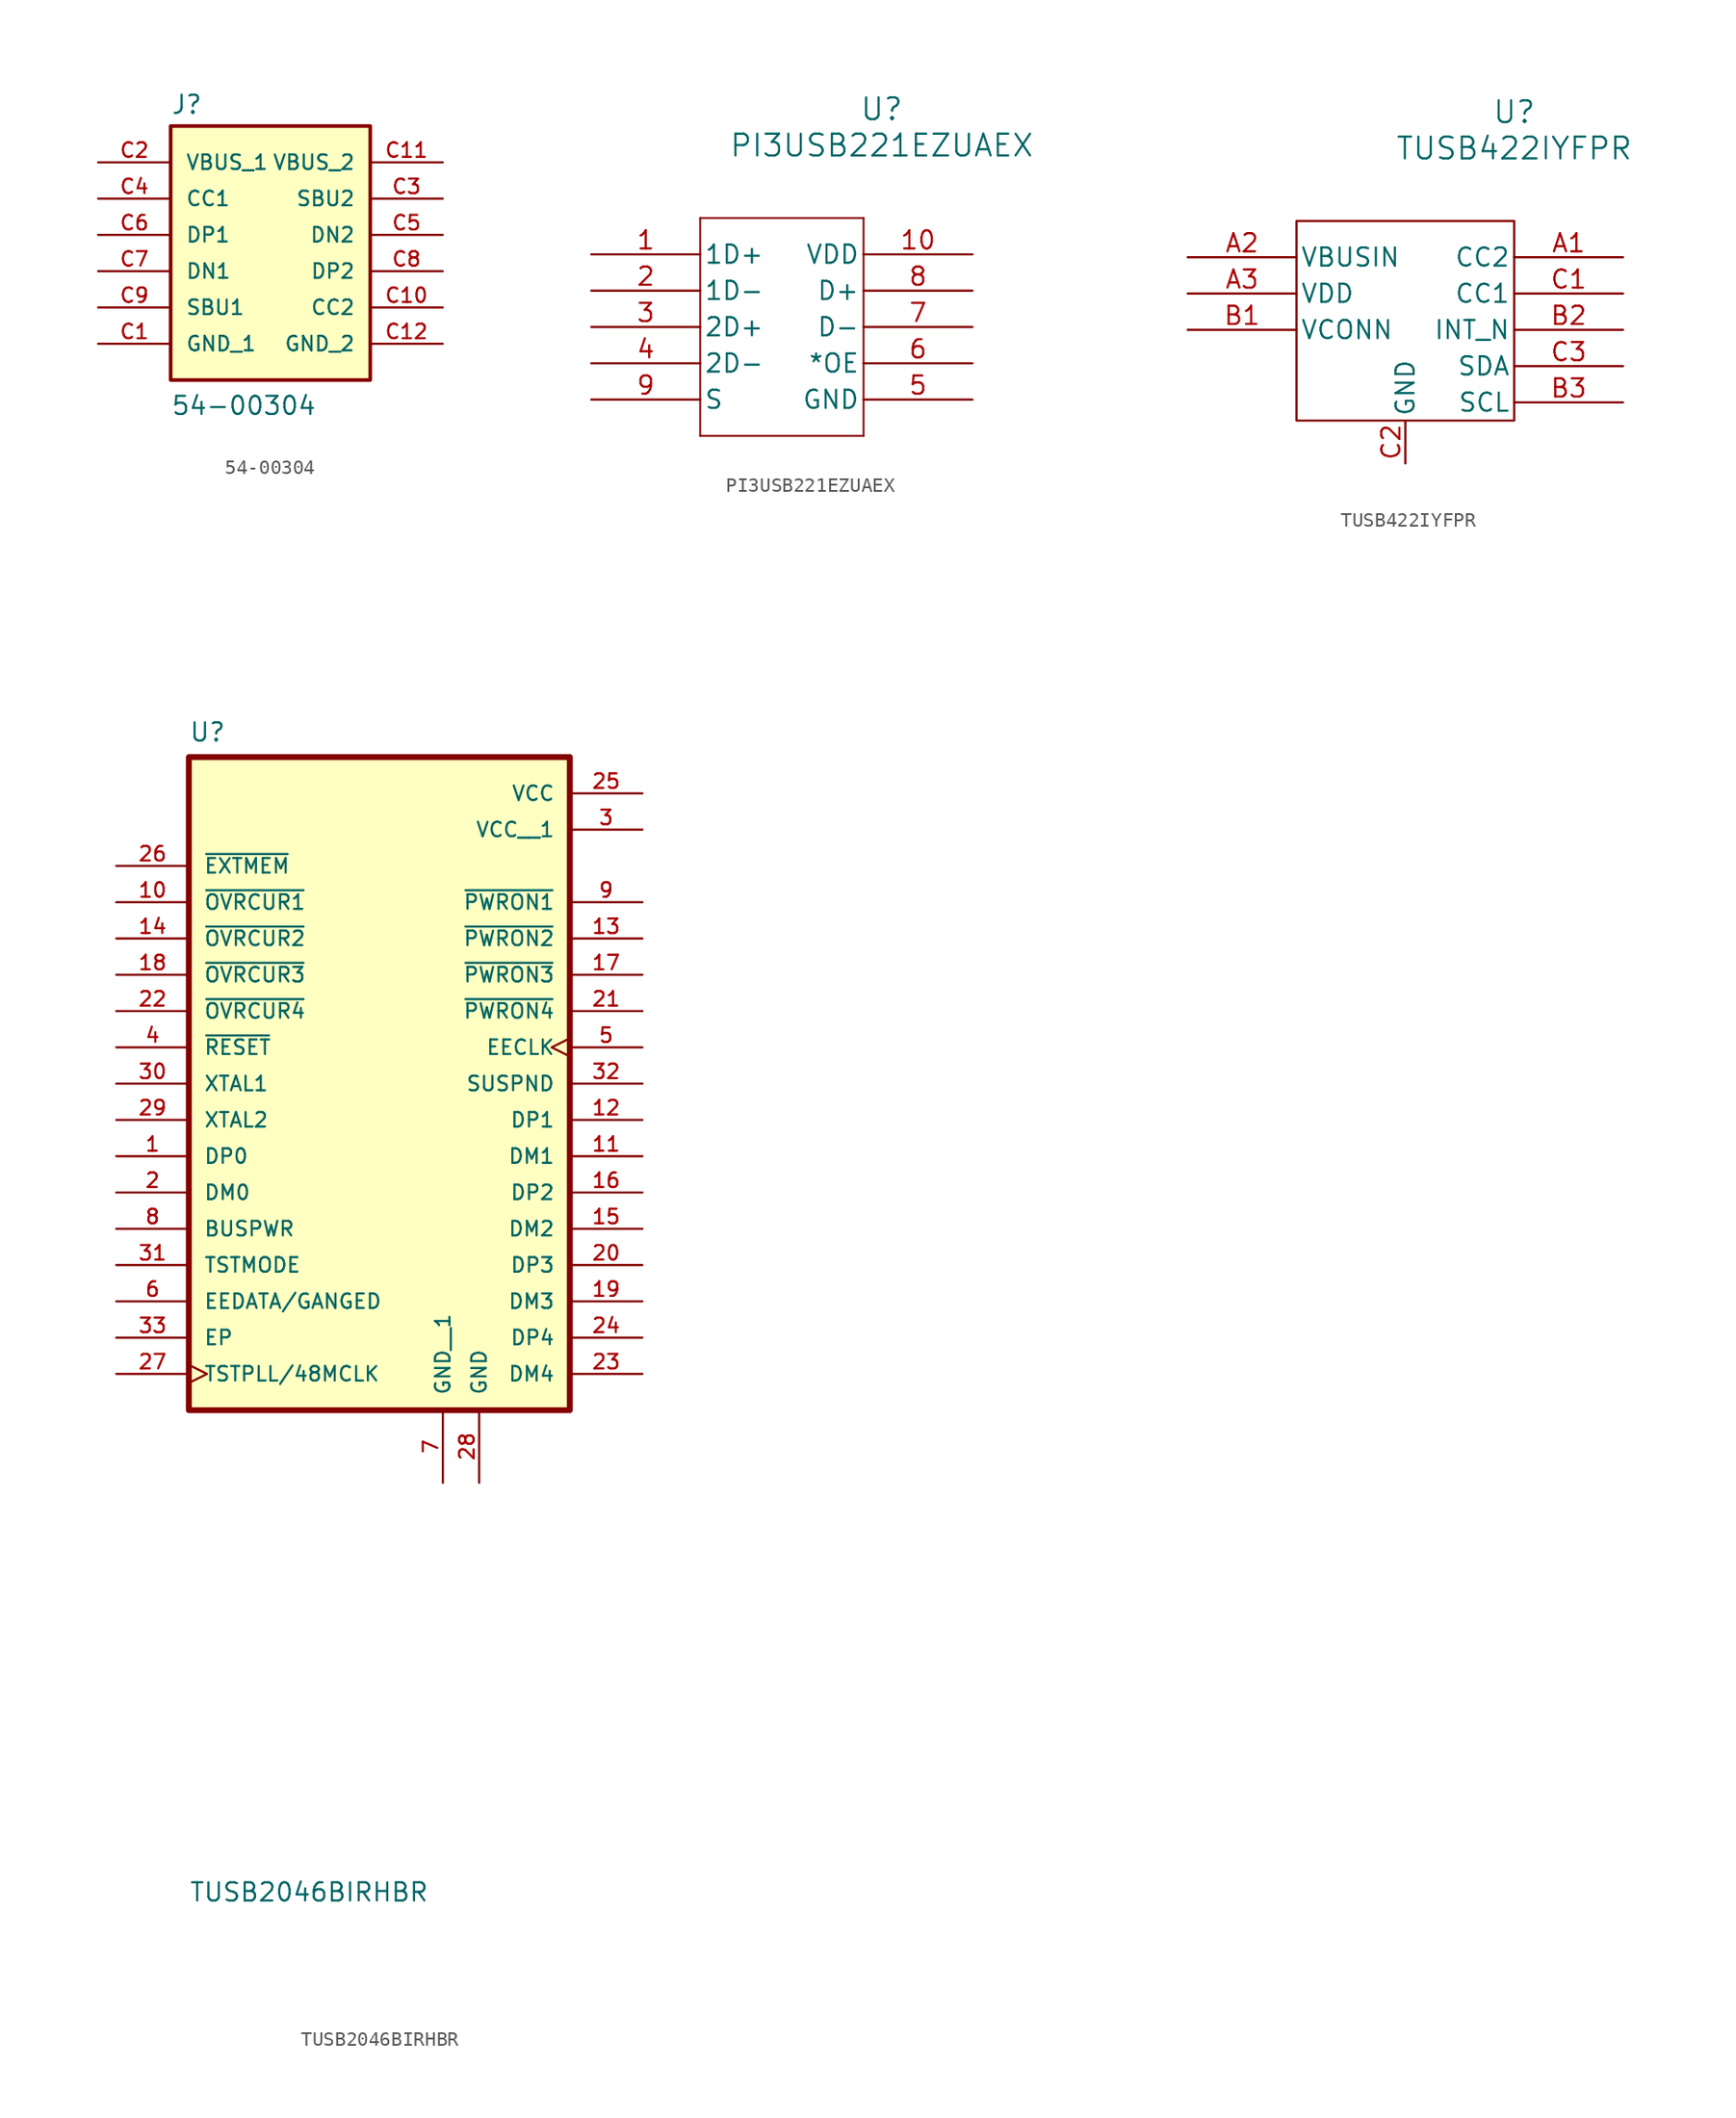
<source format=kicad_sym>
(kicad_symbol_lib
  (version 20231120)
  (generator "kicad_symbol_editor")
  (generator_version "8.0")
  (symbol "54-00304"
    (pin_names
      (offset 1.016))
    (property "Reference" "J"
      (at -6.35 9.652 0)
      (effects (font (size 1.27 1.27)) (justify left bottom)))
    (property "Value" "54-00304"
      (at -6.35 -11.43 0)
      (effects (font (size 1.27 1.27)) (justify left bottom)))
    (symbol "54-00304_0_0"
      (rectangle (start -6.35 8.89) (end 7.62 -8.89) (stroke (width 0.254) (type default)) (fill (type background)))
      (pin power_in line (at -11.43 -6.35 0) (length 5.08) (name "GND_1" (effects (font (size 1.016 1.016)))) (number "C1" (effects (font (size 1.016 1.016)))))
      (pin bidirectional line (at 12.7 -3.81 180) (length 5.08) (name "CC2" (effects (font (size 1.016 1.016)))) (number "C10" (effects (font (size 1.016 1.016)))))
      (pin power_in line (at 12.7 6.35 180) (length 5.08) (name "VBUS_2" (effects (font (size 1.016 1.016)))) (number "C11" (effects (font (size 1.016 1.016)))))
      (pin power_in line (at 12.7 -6.35 180) (length 5.08) (name "GND_2" (effects (font (size 1.016 1.016)))) (number "C12" (effects (font (size 1.016 1.016)))))
      (pin power_in line (at -11.43 6.35 0) (length 5.08) (name "VBUS_1" (effects (font (size 1.016 1.016)))) (number "C2" (effects (font (size 1.016 1.016)))))
      (pin bidirectional line (at 12.7 3.81 180) (length 5.08) (name "SBU2" (effects (font (size 1.016 1.016)))) (number "C3" (effects (font (size 1.016 1.016)))))
      (pin bidirectional line (at -11.43 3.81 0) (length 5.08) (name "CC1" (effects (font (size 1.016 1.016)))) (number "C4" (effects (font (size 1.016 1.016)))))
      (pin bidirectional line (at 12.7 1.27 180) (length 5.08) (name "DN2" (effects (font (size 1.016 1.016)))) (number "C5" (effects (font (size 1.016 1.016)))))
      (pin bidirectional line (at -11.43 1.27 0) (length 5.08) (name "DP1" (effects (font (size 1.016 1.016)))) (number "C6" (effects (font (size 1.016 1.016)))))
      (pin bidirectional line (at -11.43 -1.27 0) (length 5.08) (name "DN1" (effects (font (size 1.016 1.016)))) (number "C7" (effects (font (size 1.016 1.016)))))
      (pin bidirectional line (at 12.7 -1.27 180) (length 5.08) (name "DP2" (effects (font (size 1.016 1.016)))) (number "C8" (effects (font (size 1.016 1.016)))))
      (pin bidirectional line (at -11.43 -3.81 0) (length 5.08) (name "SBU1" (effects (font (size 1.016 1.016)))) (number "C9" (effects (font (size 1.016 1.016)))))))
  (symbol "PI3USB221EZUAEX"
    (pin_names
      (offset 0.254))
    (property "Reference" "U"
      (at 20.32 10.16 0)
      (effects (font (size 1.524 1.524))))
    (property "Value" "PI3USB221EZUAEX"
      (at 20.32 7.62 0)
      (effects (font (size 1.524 1.524))))
    (symbol "PI3USB221EZUAEX_0_1"
      (polyline (pts (xy 7.62 -12.7) (xy 19.05 -12.7)) (stroke (width 0.127) (type default)) (fill (type none)))
      (polyline (pts (xy 7.62 2.54) (xy 7.62 -12.7)) (stroke (width 0.127) (type default)) (fill (type none)))
      (polyline (pts (xy 19.05 -12.7) (xy 19.05 2.54)) (stroke (width 0.127) (type default)) (fill (type none)))
      (polyline (pts (xy 19.05 2.54) (xy 7.62 2.54)) (stroke (width 0.127) (type default)) (fill (type none)))
      (pin bidirectional line (at 0 0 0) (length 7.62) (name "1D+" (effects (font (size 1.27 1.27)))) (number "1" (effects (font (size 1.27 1.27)))))
      (pin power_in line (at 26.67 0 180) (length 7.62) (name "VDD" (effects (font (size 1.27 1.27)))) (number "10" (effects (font (size 1.27 1.27)))))
      (pin bidirectional line (at 0 -2.54 0) (length 7.62) (name "1D-" (effects (font (size 1.27 1.27)))) (number "2" (effects (font (size 1.27 1.27)))))
      (pin bidirectional line (at 0 -5.08 0) (length 7.62) (name "2D+" (effects (font (size 1.27 1.27)))) (number "3" (effects (font (size 1.27 1.27)))))
      (pin bidirectional line (at 0 -7.62 0) (length 7.62) (name "2D-" (effects (font (size 1.27 1.27)))) (number "4" (effects (font (size 1.27 1.27)))))
      (pin power_out line (at 26.67 -10.16 180) (length 7.62) (name "GND" (effects (font (size 1.27 1.27)))) (number "5" (effects (font (size 1.27 1.27)))))
      (pin output line (at 26.67 -7.62 180) (length 7.62) (name "*OE" (effects (font (size 1.27 1.27)))) (number "6" (effects (font (size 1.27 1.27)))))
      (pin unspecified line (at 26.67 -5.08 180) (length 7.62) (name "D-" (effects (font (size 1.27 1.27)))) (number "7" (effects (font (size 1.27 1.27)))))
      (pin unspecified line (at 26.67 -2.54 180) (length 7.62) (name "D+" (effects (font (size 1.27 1.27)))) (number "8" (effects (font (size 1.27 1.27)))))
      (pin input line (at 0 -10.16 0) (length 7.62) (name "S" (effects (font (size 1.27 1.27)))) (number "9" (effects (font (size 1.27 1.27)))))))
  (symbol "TUSB422IYFPR"
    (pin_names
      (offset 0.254))
    (property "Reference" "U"
      (at 22.86 10.16 0)
      (effects (font (size 1.524 1.524))))
    (property "Value" "TUSB422IYFPR"
      (at 22.86 7.62 0)
      (effects (font (size 1.524 1.524))))
    (symbol "TUSB422IYFPR_0_1"
      (pin bidirectional line (at 30.48 0 180) (length 7.62) (name "CC2" (effects (font (size 1.27 1.27)))) (number "A1" (effects (font (size 1.27 1.27)))))
      (pin unspecified line (at 0 0 0) (length 7.62) (name "VBUSIN" (effects (font (size 1.27 1.27)))) (number "A2" (effects (font (size 1.27 1.27)))))
      (pin power_in line (at 0 -2.54 0) (length 7.62) (name "VDD" (effects (font (size 1.27 1.27)))) (number "A3" (effects (font (size 1.27 1.27)))))
      (pin unspecified line (at 0 -5.08 0) (length 7.62) (name "VCONN" (effects (font (size 1.27 1.27)))) (number "B1" (effects (font (size 1.27 1.27)))))
      (pin unspecified line (at 30.48 -5.08 180) (length 7.62) (name "INT_N" (effects (font (size 1.27 1.27)))) (number "B2" (effects (font (size 1.27 1.27)))))
      (pin unspecified line (at 30.48 -10.16 180) (length 7.62) (name "SCL" (effects (font (size 1.27 1.27)))) (number "B3" (effects (font (size 1.27 1.27)))))
      (pin bidirectional line (at 30.48 -2.54 180) (length 7.62) (name "CC1" (effects (font (size 1.27 1.27)))) (number "C1" (effects (font (size 1.27 1.27)))))
      (pin unspecified line (at 30.48 -7.62 180) (length 7.62) (name "SDA" (effects (font (size 1.27 1.27)))) (number "C3" (effects (font (size 1.27 1.27))))))
    (symbol "TUSB422IYFPR_1_1"
      (rectangle (start 7.62 2.54) (end 22.86 -11.43) (stroke (width 0) (type default)) (fill (type none)))
      (pin power_out line (at 15.24 -14.43 90) (length 3) (name "GND" (effects (font (size 1.27 1.27)))) (number "C2" (effects (font (size 1.27 1.27)))))))
  (symbol "TUSB2046BIRHBR"
    (pin_names
      (offset 1.016))
    (property "Reference" "U"
      (at -17.78 36.56 0)
      (effects (font (size 1.27 1.27)) (justify left bottom)))
    (property "Value" "TUSB2046BIRHBR"
      (at -17.78 -44.64 0)
      (effects (font (size 1.27 1.27)) (justify left bottom)))
    (symbol "TUSB2046BIRHBR_0_0"
      (rectangle (start -17.78 35.56) (end 8.89 -10.16) (stroke (width 0.41) (type default)) (fill (type background)))
      (pin bidirectional line (at -22.86 7.62 0) (length 5.08) (name "DP0" (effects (font (size 1.016 1.016)))) (number "1" (effects (font (size 1.016 1.016)))))
      (pin input line (at -22.86 25.4 0) (length 5.08) (name "~{OVRCUR1}" (effects (font (size 1.016 1.016)))) (number "10" (effects (font (size 1.016 1.016)))))
      (pin bidirectional line (at 13.97 7.62 180) (length 5.08) (name "DM1" (effects (font (size 1.016 1.016)))) (number "11" (effects (font (size 1.016 1.016)))))
      (pin bidirectional line (at 13.97 10.16 180) (length 5.08) (name "DP1" (effects (font (size 1.016 1.016)))) (number "12" (effects (font (size 1.016 1.016)))))
      (pin output line (at 13.97 22.86 180) (length 5.08) (name "~{PWRON2}" (effects (font (size 1.016 1.016)))) (number "13" (effects (font (size 1.016 1.016)))))
      (pin input line (at -22.86 22.86 0) (length 5.08) (name "~{OVRCUR2}" (effects (font (size 1.016 1.016)))) (number "14" (effects (font (size 1.016 1.016)))))
      (pin bidirectional line (at 13.97 2.54 180) (length 5.08) (name "DM2" (effects (font (size 1.016 1.016)))) (number "15" (effects (font (size 1.016 1.016)))))
      (pin bidirectional line (at 13.97 5.08 180) (length 5.08) (name "DP2" (effects (font (size 1.016 1.016)))) (number "16" (effects (font (size 1.016 1.016)))))
      (pin output line (at 13.97 20.32 180) (length 5.08) (name "~{PWRON3}" (effects (font (size 1.016 1.016)))) (number "17" (effects (font (size 1.016 1.016)))))
      (pin input line (at -22.86 20.32 0) (length 5.08) (name "~{OVRCUR3}" (effects (font (size 1.016 1.016)))) (number "18" (effects (font (size 1.016 1.016)))))
      (pin bidirectional line (at 13.97 -2.54 180) (length 5.08) (name "DM3" (effects (font (size 1.016 1.016)))) (number "19" (effects (font (size 1.016 1.016)))))
      (pin bidirectional line (at -22.86 5.08 0) (length 5.08) (name "DM0" (effects (font (size 1.016 1.016)))) (number "2" (effects (font (size 1.016 1.016)))))
      (pin bidirectional line (at 13.97 0 180) (length 5.08) (name "DP3" (effects (font (size 1.016 1.016)))) (number "20" (effects (font (size 1.016 1.016)))))
      (pin output line (at 13.97 17.78 180) (length 5.08) (name "~{PWRON4}" (effects (font (size 1.016 1.016)))) (number "21" (effects (font (size 1.016 1.016)))))
      (pin input line (at -22.86 17.78 0) (length 5.08) (name "~{OVRCUR4}" (effects (font (size 1.016 1.016)))) (number "22" (effects (font (size 1.016 1.016)))))
      (pin bidirectional line (at 13.97 -7.62 180) (length 5.08) (name "DM4" (effects (font (size 1.016 1.016)))) (number "23" (effects (font (size 1.016 1.016)))))
      (pin bidirectional line (at 13.97 -5.08 180) (length 5.08) (name "DP4" (effects (font (size 1.016 1.016)))) (number "24" (effects (font (size 1.016 1.016)))))
      (pin power_in line (at 13.97 33.02 180) (length 5.08) (name "VCC" (effects (font (size 1.016 1.016)))) (number "25" (effects (font (size 1.016 1.016)))))
      (pin input line (at -22.86 27.94 0) (length 5.08) (name "~{EXTMEM}" (effects (font (size 1.016 1.016)))) (number "26" (effects (font (size 1.016 1.016)))))
      (pin bidirectional clock (at -22.86 -7.62 0) (length 5.08) (name "TSTPLL/48MCLK" (effects (font (size 1.016 1.016)))) (number "27" (effects (font (size 1.016 1.016)))))
      (pin power_in line (at 2.54 -15.24 90) (length 5.08) (name "GND" (effects (font (size 1.016 1.016)))) (number "28" (effects (font (size 1.016 1.016)))))
      (pin output line (at -22.86 10.16 0) (length 5.08) (name "XTAL2" (effects (font (size 1.016 1.016)))) (number "29" (effects (font (size 1.016 1.016)))))
      (pin power_in line (at 13.97 30.48 180) (length 5.08) (name "VCC__1" (effects (font (size 1.016 1.016)))) (number "3" (effects (font (size 1.016 1.016)))))
      (pin input line (at -22.86 12.7 0) (length 5.08) (name "XTAL1" (effects (font (size 1.016 1.016)))) (number "30" (effects (font (size 1.016 1.016)))))
      (pin input line (at -22.86 0 0) (length 5.08) (name "TSTMODE" (effects (font (size 1.016 1.016)))) (number "31" (effects (font (size 1.016 1.016)))))
      (pin output line (at 13.97 12.7 180) (length 5.08) (name "SUSPND" (effects (font (size 1.016 1.016)))) (number "32" (effects (font (size 1.016 1.016)))))
      (pin bidirectional line (at -22.86 -5.08 0) (length 5.08) (name "EP" (effects (font (size 1.016 1.016)))) (number "33" (effects (font (size 1.016 1.016)))))
      (pin input line (at -22.86 15.24 0) (length 5.08) (name "~{RESET}" (effects (font (size 1.016 1.016)))) (number "4" (effects (font (size 1.016 1.016)))))
      (pin output clock (at 13.97 15.24 180) (length 5.08) (name "EECLK" (effects (font (size 1.016 1.016)))) (number "5" (effects (font (size 1.016 1.016)))))
      (pin bidirectional line (at -22.86 -2.54 0) (length 5.08) (name "EEDATA/GANGED" (effects (font (size 1.016 1.016)))) (number "6" (effects (font (size 1.016 1.016)))))
      (pin power_in line (at 0 -15.24 90) (length 5.08) (name "GND__1" (effects (font (size 1.016 1.016)))) (number "7" (effects (font (size 1.016 1.016)))))
      (pin input line (at -22.86 2.54 0) (length 5.08) (name "BUSPWR" (effects (font (size 1.016 1.016)))) (number "8" (effects (font (size 1.016 1.016)))))
      (pin output line (at 13.97 25.4 180) (length 5.08) (name "~{PWRON1}" (effects (font (size 1.016 1.016)))) (number "9" (effects (font (size 1.016 1.016))))))))
</source>
